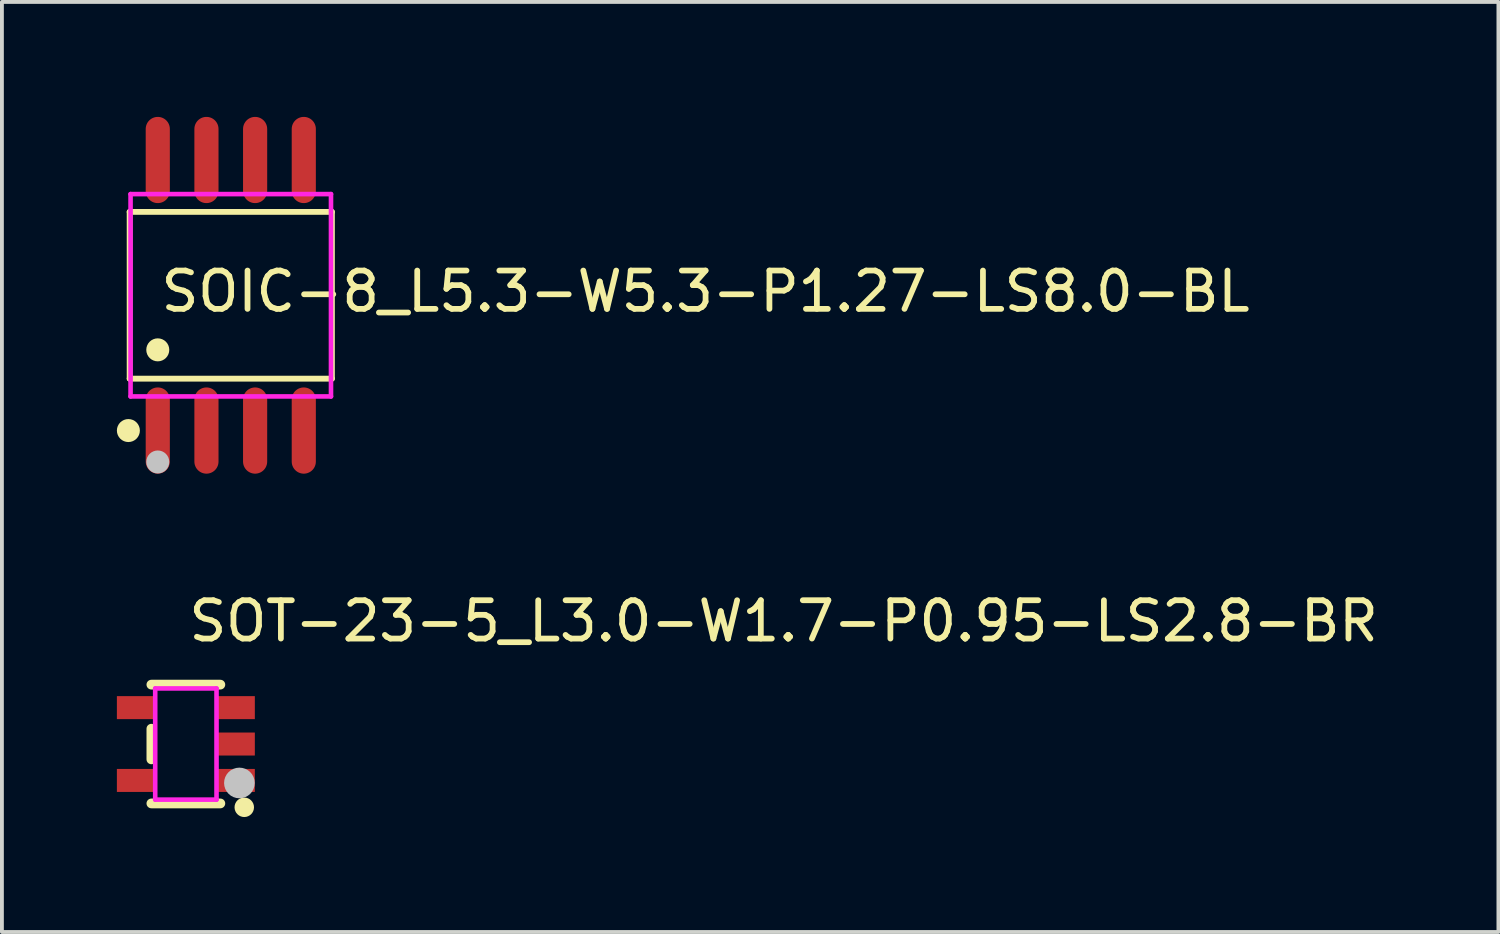
<source format=kicad_pcb>
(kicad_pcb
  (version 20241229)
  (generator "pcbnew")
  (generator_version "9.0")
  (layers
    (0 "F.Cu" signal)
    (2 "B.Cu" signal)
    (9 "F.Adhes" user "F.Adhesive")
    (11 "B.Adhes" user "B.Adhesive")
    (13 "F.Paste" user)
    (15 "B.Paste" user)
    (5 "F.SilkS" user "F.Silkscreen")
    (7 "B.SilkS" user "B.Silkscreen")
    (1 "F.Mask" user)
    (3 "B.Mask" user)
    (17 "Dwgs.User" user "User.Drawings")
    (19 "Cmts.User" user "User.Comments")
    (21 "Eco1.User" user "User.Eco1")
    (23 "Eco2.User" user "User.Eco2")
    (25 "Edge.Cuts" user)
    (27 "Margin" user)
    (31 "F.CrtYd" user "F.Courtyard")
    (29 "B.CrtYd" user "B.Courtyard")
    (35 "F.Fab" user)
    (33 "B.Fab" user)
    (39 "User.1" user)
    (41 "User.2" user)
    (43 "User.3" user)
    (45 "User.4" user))
  (footprint "SOIC-8_L5.3-W5.3-P1.27-LS8.0-BL"
    (layer "F.Cu")
    (at 2.972 4.655)
    (property "Reference" "SOIC-8_L5.3-W5.3-P1.27-LS8.0-BL" (at -1.9 -0.1 0) (layer "F.SilkS") (effects (font (size 1 1) (thickness 0.15)) (justify left)))
    (attr through_hole)
    (fp_line (start -2.639 -2.176) (end 2.639 -2.176) (stroke (width 0.152) (type solid)) (layer "F.SilkS"))
    (fp_line (start -2.639 2.176) (end -2.639 -2.176) (stroke (width 0.152) (type solid)) (layer "F.SilkS"))
    (fp_line (start 2.639 -2.176) (end 2.639 2.176) (stroke (width 0.152) (type solid)) (layer "F.SilkS"))
    (fp_line (start 2.639 2.176) (end -2.639 2.176) (stroke (width 0.152) (type solid)) (layer "F.SilkS"))
    (fp_circle (center -2.672 3.53) (end -2.522 3.53) (stroke (width 0.3) (type solid)) (fill no) (layer "F.SilkS"))
    (fp_circle (center -1.905 1.424) (end -1.755 1.424) (stroke (width 0.3) (type solid)) (fill no) (layer "F.SilkS"))
    (fp_circle (center -1.905 4.35) (end -1.755 4.35) (stroke (width 0.3) (type solid)) (fill no) (layer "Dwgs.User"))
    (fp_line (start -2.13 -3.31) (end -2.13 -2.595) (stroke (width 0.12) (type solid)) (layer "Eco2.User"))
    (fp_line (start -2.13 -2.595) (end -1.68 -2.595) (stroke (width 0.12) (type solid)) (layer "Eco2.User"))
    (fp_line (start -2.13 2.595) (end -1.68 2.595) (stroke (width 0.12) (type solid)) (layer "Eco2.User"))
    (fp_line (start -2.13 3.31) (end -2.13 2.595) (stroke (width 0.12) (type solid)) (layer "Eco2.User"))
    (fp_line (start -1.68 -3.31) (end -2.13 -3.31) (stroke (width 0.12) (type solid)) (layer "Eco2.User"))
    (fp_line (start -1.68 -2.595) (end -1.68 -3.31) (stroke (width 0.12) (type solid)) (layer "Eco2.User"))
    (fp_line (start -1.68 2.595) (end -1.68 3.31) (stroke (width 0.12) (type solid)) (layer "Eco2.User"))
    (fp_line (start -1.68 3.31) (end -2.13 3.31) (stroke (width 0.12) (type solid)) (layer "Eco2.User"))
    (fp_line (start -0.86 -3.31) (end -0.86 -2.595) (stroke (width 0.12) (type solid)) (layer "Eco2.User"))
    (fp_line (start -0.86 -2.595) (end -0.41 -2.595) (stroke (width 0.12) (type solid)) (layer "Eco2.User"))
    (fp_line (start -0.86 2.595) (end -0.41 2.595) (stroke (width 0.12) (type solid)) (layer "Eco2.User"))
    (fp_line (start -0.86 3.31) (end -0.86 2.595) (stroke (width 0.12) (type solid)) (layer "Eco2.User"))
    (fp_line (start -0.41 -3.31) (end -0.86 -3.31) (stroke (width 0.12) (type solid)) (layer "Eco2.User"))
    (fp_line (start -0.41 -2.595) (end -0.41 -3.31) (stroke (width 0.12) (type solid)) (layer "Eco2.User"))
    (fp_line (start -0.41 2.595) (end -0.41 3.31) (stroke (width 0.12) (type solid)) (layer "Eco2.User"))
    (fp_line (start -0.41 3.31) (end -0.86 3.31) (stroke (width 0.12) (type solid)) (layer "Eco2.User"))
    (fp_line (start 0.41 -3.31) (end 0.41 -2.595) (stroke (width 0.12) (type solid)) (layer "Eco2.User"))
    (fp_line (start 0.41 -2.595) (end 0.86 -2.595) (stroke (width 0.12) (type solid)) (layer "Eco2.User"))
    (fp_line (start 0.41 2.595) (end 0.86 2.595) (stroke (width 0.12) (type solid)) (layer "Eco2.User"))
    (fp_line (start 0.41 3.31) (end 0.41 2.595) (stroke (width 0.12) (type solid)) (layer "Eco2.User"))
    (fp_line (start 0.86 -3.31) (end 0.41 -3.31) (stroke (width 0.12) (type solid)) (layer "Eco2.User"))
    (fp_line (start 0.86 -2.595) (end 0.86 -3.31) (stroke (width 0.12) (type solid)) (layer "Eco2.User"))
    (fp_line (start 0.86 2.595) (end 0.86 3.31) (stroke (width 0.12) (type solid)) (layer "Eco2.User"))
    (fp_line (start 0.86 3.31) (end 0.41 3.31) (stroke (width 0.12) (type solid)) (layer "Eco2.User"))
    (fp_line (start 1.68 -3.31) (end 1.68 -2.595) (stroke (width 0.12) (type solid)) (layer "Eco2.User"))
    (fp_line (start 1.68 -2.595) (end 2.13 -2.595) (stroke (width 0.12) (type solid)) (layer "Eco2.User"))
    (fp_line (start 1.68 2.595) (end 2.13 2.595) (stroke (width 0.12) (type solid)) (layer "Eco2.User"))
    (fp_line (start 1.68 3.31) (end 1.68 2.595) (stroke (width 0.12) (type solid)) (layer "Eco2.User"))
    (fp_line (start 2.13 -3.31) (end 1.68 -3.31) (stroke (width 0.12) (type solid)) (layer "Eco2.User"))
    (fp_line (start 2.13 -2.595) (end 2.13 -3.31) (stroke (width 0.12) (type solid)) (layer "Eco2.User"))
    (fp_line (start 2.13 2.595) (end 2.13 3.31) (stroke (width 0.12) (type solid)) (layer "Eco2.User"))
    (fp_line (start 2.13 3.31) (end 1.68 3.31) (stroke (width 0.12) (type solid)) (layer "Eco2.User"))
    (fp_circle (center -2.585 3.92) (end -2.555 3.92) (stroke (width 0.06) (type solid)) (fill no) (layer "Eco2.User"))
    (fp_poly (pts (xy -2.13 -3.95) (xy -2.13 -3.3) (xy -1.68 -3.3) (xy -1.68 -3.95)) (stroke (width 0.12) (type solid)) (fill no) (layer "Eco2.User"))
    (fp_poly (pts (xy -2.13 3.95) (xy -2.13 3.3) (xy -1.68 3.3) (xy -1.68 3.95)) (stroke (width 0.12) (type solid)) (fill no) (layer "Eco2.User"))
    (fp_poly (pts (xy -0.86 -3.95) (xy -0.86 -3.3) (xy -0.41 -3.3) (xy -0.41 -3.95)) (stroke (width 0.12) (type solid)) (fill no) (layer "Eco2.User"))
    (fp_poly (pts (xy -0.86 3.95) (xy -0.86 3.3) (xy -0.41 3.3) (xy -0.41 3.95)) (stroke (width 0.12) (type solid)) (fill no) (layer "Eco2.User"))
    (fp_poly (pts (xy 0.41 -3.95) (xy 0.41 -3.3) (xy 0.86 -3.3) (xy 0.86 -3.95)) (stroke (width 0.12) (type solid)) (fill no) (layer "Eco2.User"))
    (fp_poly (pts (xy 0.41 3.95) (xy 0.41 3.3) (xy 0.86 3.3) (xy 0.86 3.95)) (stroke (width 0.12) (type solid)) (fill no) (layer "Eco2.User"))
    (fp_poly (pts (xy 1.68 -3.95) (xy 1.68 -3.3) (xy 2.13 -3.3) (xy 2.13 -3.95)) (stroke (width 0.12) (type solid)) (fill no) (layer "Eco2.User"))
    (fp_poly (pts (xy 1.68 3.95) (xy 1.68 3.3) (xy 2.13 3.3) (xy 2.13 3.95)) (stroke (width 0.12) (type solid)) (fill no) (layer "Eco2.User"))
    (fp_line (start -2.615 -2.64) (end 2.615 -2.64) (stroke (width 0.12) (type solid)) (layer "F.CrtYd"))
    (fp_line (start -2.615 2.64) (end -2.615 -2.64) (stroke (width 0.12) (type solid)) (layer "F.CrtYd"))
    (fp_line (start 2.615 -2.64) (end 2.615 2.64) (stroke (width 0.12) (type solid)) (layer "F.CrtYd"))
    (fp_line (start 2.615 2.64) (end -2.615 2.64) (stroke (width 0.12) (type solid)) (layer "F.CrtYd"))
    (pad "1" smd oval (at -1.905 3.53) (size 0.63 2.25) (layers "F.Cu" "F.Mask" "F.Paste"))
    (pad "2" smd oval (at -0.635 3.53) (size 0.63 2.25) (layers "F.Cu" "F.Mask" "F.Paste"))
    (pad "3" smd oval (at 0.635 3.53) (size 0.63 2.25) (layers "F.Cu" "F.Mask" "F.Paste"))
    (pad "4" smd oval (at 1.905 3.53) (size 0.63 2.25) (layers "F.Cu" "F.Mask" "F.Paste"))
    (pad "5" smd oval (at 1.905 -3.53) (size 0.63 2.25) (layers "F.Cu" "F.Mask" "F.Paste"))
    (pad "6" smd oval (at 0.635 -3.53) (size 0.63 2.25) (layers "F.Cu" "F.Mask" "F.Paste"))
    (pad "7" smd oval (at -0.635 -3.53) (size 0.63 2.25) (layers "F.Cu" "F.Mask" "F.Paste"))
    (pad "8" smd oval (at -1.905 -3.53) (size 0.63 2.25) (layers "F.Cu" "F.Mask" "F.Paste")))
  (footprint "SOT-23-5_L3.0-W1.7-P0.95-LS2.8-BR"
    (layer "F.Cu")
    (at 1.8 16.365)
    (property "Reference" "SOT-23-5_L3.0-W1.7-P0.95-LS2.8-BR" (at 0 -3.207 0) (layer "F.SilkS") (effects (font (size 1 1) (thickness 0.15)) (justify left)))
    (attr through_hole)
    (fp_line (start -0.9 -1.55) (end 0.9 -1.55) (stroke (width 0.254) (type solid)) (layer "F.SilkS"))
    (fp_line (start -0.9 0.4) (end -0.9 -0.4) (stroke (width 0.254) (type solid)) (layer "F.SilkS"))
    (fp_line (start -0.9 1.55) (end 0.9 1.55) (stroke (width 0.254) (type solid)) (layer "F.SilkS"))
    (fp_circle (center 1.524 1.651) (end 1.651 1.651) (stroke (width 0.254) (type solid)) (fill no) (layer "F.SilkS"))
    (fp_circle (center 1.397 1.016) (end 1.597 1.016) (stroke (width 0.4) (type solid)) (fill no) (layer "Dwgs.User"))
    (fp_line (start -0.96 -1.15) (end -0.79 -1.15) (stroke (width 0.12) (type solid)) (layer "Eco2.User"))
    (fp_line (start -0.96 -0.75) (end -0.96 -1.15) (stroke (width 0.12) (type solid)) (layer "Eco2.User"))
    (fp_line (start -0.96 0.75) (end -0.79 0.75) (stroke (width 0.12) (type solid)) (layer "Eco2.User"))
    (fp_line (start -0.96 1.15) (end -0.96 0.75) (stroke (width 0.12) (type solid)) (layer "Eco2.User"))
    (fp_line (start -0.79 -1.15) (end -0.79 -0.75) (stroke (width 0.12) (type solid)) (layer "Eco2.User"))
    (fp_line (start -0.79 -0.75) (end -0.96 -0.75) (stroke (width 0.12) (type solid)) (layer "Eco2.User"))
    (fp_line (start -0.79 0.75) (end -0.79 1.15) (stroke (width 0.12) (type solid)) (layer "Eco2.User"))
    (fp_line (start -0.79 1.15) (end -0.96 1.15) (stroke (width 0.12) (type solid)) (layer "Eco2.User"))
    (fp_line (start 0.79 -1.15) (end 0.96 -1.15) (stroke (width 0.12) (type solid)) (layer "Eco2.User"))
    (fp_line (start 0.79 -0.75) (end 0.79 -1.15) (stroke (width 0.12) (type solid)) (layer "Eco2.User"))
    (fp_line (start 0.79 -0.2) (end 0.96 -0.2) (stroke (width 0.12) (type solid)) (layer "Eco2.User"))
    (fp_line (start 0.79 0.2) (end 0.79 -0.2) (stroke (width 0.12) (type solid)) (layer "Eco2.User"))
    (fp_line (start 0.79 0.75) (end 0.96 0.75) (stroke (width 0.12) (type solid)) (layer "Eco2.User"))
    (fp_line (start 0.79 1.15) (end 0.79 0.75) (stroke (width 0.12) (type solid)) (layer "Eco2.User"))
    (fp_line (start 0.96 -1.15) (end 0.96 -0.75) (stroke (width 0.12) (type solid)) (layer "Eco2.User"))
    (fp_line (start 0.96 -0.75) (end 0.79 -0.75) (stroke (width 0.12) (type solid)) (layer "Eco2.User"))
    (fp_line (start 0.96 -0.2) (end 0.96 0.2) (stroke (width 0.12) (type solid)) (layer "Eco2.User"))
    (fp_line (start 0.96 0.2) (end 0.79 0.2) (stroke (width 0.12) (type solid)) (layer "Eco2.User"))
    (fp_line (start 0.96 0.75) (end 0.96 1.15) (stroke (width 0.12) (type solid)) (layer "Eco2.User"))
    (fp_line (start 0.96 1.15) (end 0.79 1.15) (stroke (width 0.12) (type solid)) (layer "Eco2.User"))
    (fp_circle (center 1.4 1.45) (end 1.43 1.45) (stroke (width 0.06) (type solid)) (fill no) (layer "Eco2.User"))
    (fp_poly (pts (xy -1.4 -0.75) (xy -1.4 -1.15) (xy -0.95 -1.15) (xy -0.95 -0.75)) (stroke (width 0.12) (type solid)) (fill no) (layer "Eco2.User"))
    (fp_poly (pts (xy -1.4 1.15) (xy -1.4 0.75) (xy -0.95 0.75) (xy -0.95 1.15)) (stroke (width 0.12) (type solid)) (fill no) (layer "Eco2.User"))
    (fp_poly (pts (xy 0.95 -0.75) (xy 0.95 -1.15) (xy 1.4 -1.15) (xy 1.4 -0.75)) (stroke (width 0.12) (type solid)) (fill no) (layer "Eco2.User"))
    (fp_poly (pts (xy 0.95 0.2) (xy 0.95 -0.2) (xy 1.4 -0.2) (xy 1.4 0.2)) (stroke (width 0.12) (type solid)) (fill no) (layer "Eco2.User"))
    (fp_poly (pts (xy 0.95 1.15) (xy 0.95 0.75) (xy 1.4 0.75) (xy 1.4 1.15)) (stroke (width 0.12) (type solid)) (fill no) (layer "Eco2.User"))
    (fp_line (start -0.8 -1.45) (end 0.8 -1.45) (stroke (width 0.12) (type solid)) (layer "F.CrtYd"))
    (fp_line (start -0.8 1.45) (end -0.8 -1.45) (stroke (width 0.12) (type solid)) (layer "F.CrtYd"))
    (fp_line (start 0.8 -1.45) (end 0.8 1.45) (stroke (width 0.12) (type solid)) (layer "F.CrtYd"))
    (fp_line (start 0.8 1.45) (end -0.8 1.45) (stroke (width 0.12) (type solid)) (layer "F.CrtYd"))
    (pad "1" smd rect (at 1.3 0.95) (size 1 0.6) (layers "F.Cu" "F.Mask" "F.Paste"))
    (pad "2" smd rect (at 1.3 0) (size 1 0.6) (layers "F.Cu" "F.Mask" "F.Paste"))
    (pad "3" smd rect (at 1.3 -0.95) (size 1 0.6) (layers "F.Cu" "F.Mask" "F.Paste"))
    (pad "4" smd rect (at -1.3 -0.95) (size 1 0.6) (layers "F.Cu" "F.Mask" "F.Paste"))
    (pad "5" smd rect (at -1.3 0.95) (size 1 0.6) (layers "F.Cu" "F.Mask" "F.Paste")))
  (gr_rect
    (start -3 -3)
    (end 36.05 21.27)
    (stroke (width 0.1) (type default))
    (fill no)
    (layer "Edge.Cuts")))
</source>
